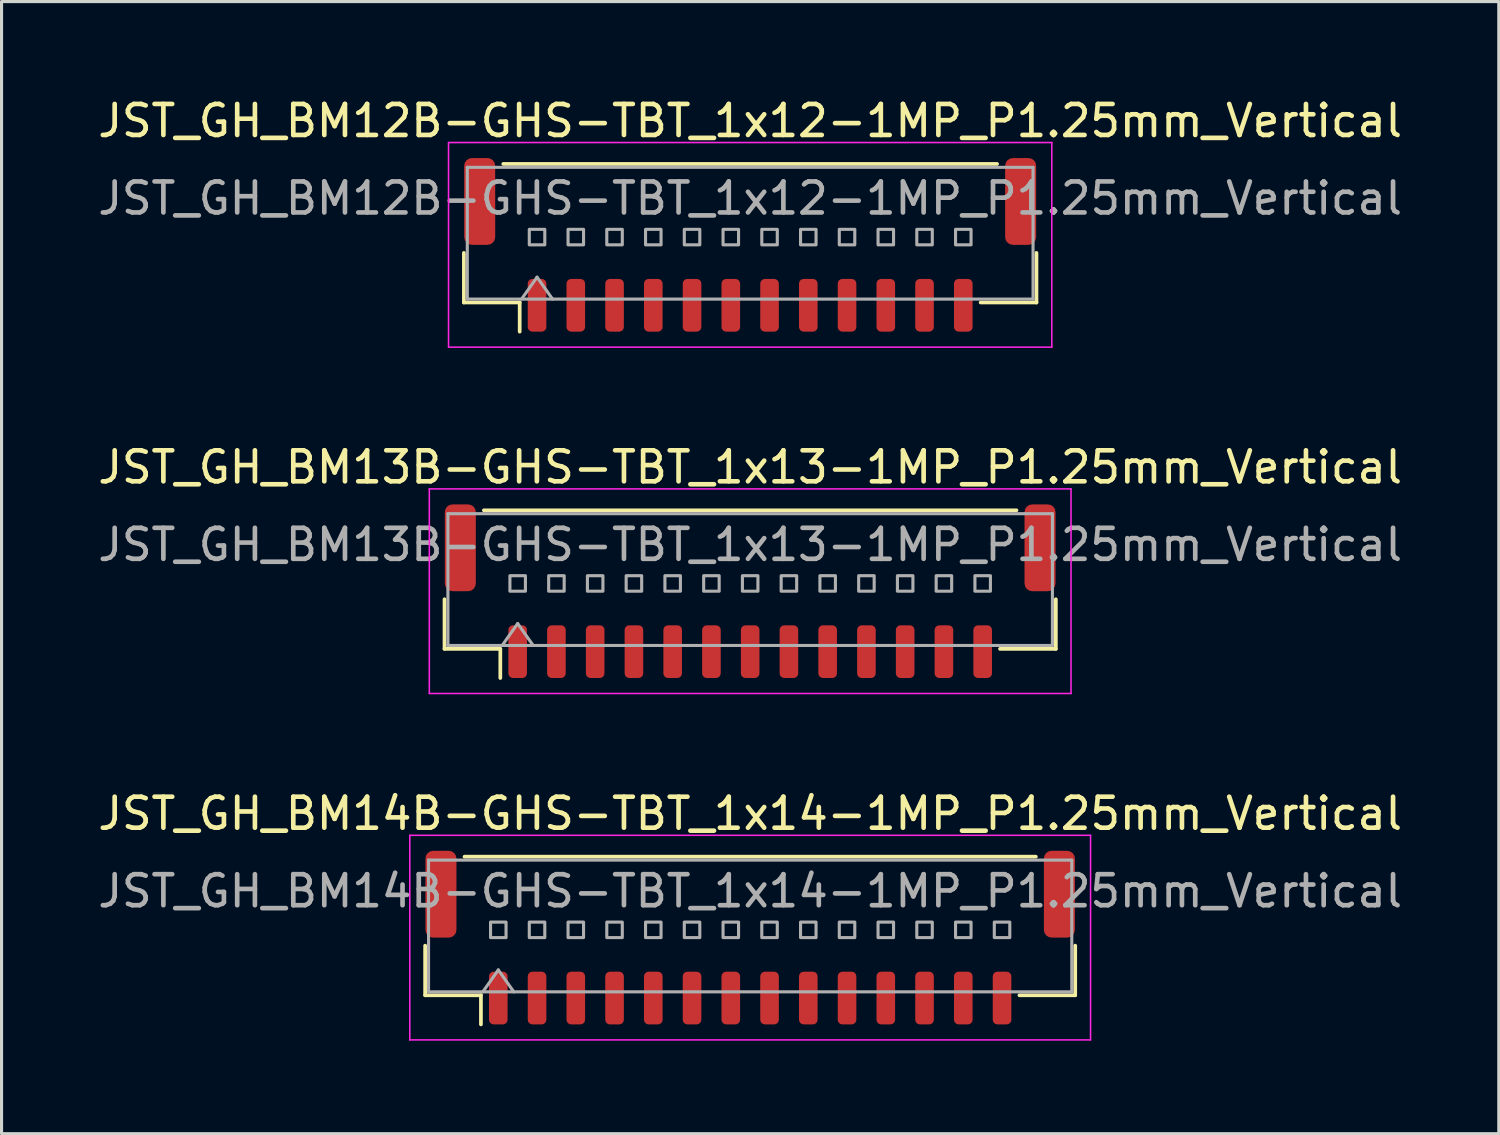
<source format=kicad_pcb>
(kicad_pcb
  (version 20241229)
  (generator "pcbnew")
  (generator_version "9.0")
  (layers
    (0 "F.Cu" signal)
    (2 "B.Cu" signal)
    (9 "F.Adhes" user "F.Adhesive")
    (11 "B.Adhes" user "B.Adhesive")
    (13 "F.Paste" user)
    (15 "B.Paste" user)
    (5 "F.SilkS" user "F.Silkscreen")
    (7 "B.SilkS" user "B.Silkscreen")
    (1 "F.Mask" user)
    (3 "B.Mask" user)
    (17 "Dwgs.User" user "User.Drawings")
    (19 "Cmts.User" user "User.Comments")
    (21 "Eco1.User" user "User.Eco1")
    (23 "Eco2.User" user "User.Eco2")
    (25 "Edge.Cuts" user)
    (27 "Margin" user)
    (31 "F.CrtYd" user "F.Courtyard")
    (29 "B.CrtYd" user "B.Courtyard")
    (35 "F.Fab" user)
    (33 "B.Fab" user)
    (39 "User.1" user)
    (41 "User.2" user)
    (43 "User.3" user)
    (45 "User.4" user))
  (footprint "JST_GH_BM12B-GHS-TBT_1x12-1MP_P1.25mm_Vertical"
    (layer "F.Cu")
    (at 21.149 4.848)
    (property "Reference" "JST_GH_BM12B-GHS-TBT_1x12-1MP_P1.25mm_Vertical" (at 0 -4 0) (layer "F.SilkS") (effects (font (size 1 1) (thickness 0.15))))
    (attr smd)
    (fp_line (start -9.235 0.26) (end -9.235 1.86) (stroke (width 0.12) (type solid)) (layer "F.SilkS"))
    (fp_line (start -9.235 1.86) (end -7.435 1.86) (stroke (width 0.12) (type solid)) (layer "F.SilkS"))
    (fp_line (start -7.965 -2.61) (end 7.965 -2.61) (stroke (width 0.12) (type solid)) (layer "F.SilkS"))
    (fp_line (start -7.435 1.86) (end -7.435 2.8) (stroke (width 0.12) (type solid)) (layer "F.SilkS"))
    (fp_line (start 9.235 0.26) (end 9.235 1.86) (stroke (width 0.12) (type solid)) (layer "F.SilkS"))
    (fp_line (start 9.235 1.86) (end 7.435 1.86) (stroke (width 0.12) (type solid)) (layer "F.SilkS"))
    (fp_line (start -9.73 -3.3) (end -9.73 3.3) (stroke (width 0.05) (type solid)) (layer "F.CrtYd"))
    (fp_line (start -9.73 3.3) (end 9.73 3.3) (stroke (width 0.05) (type solid)) (layer "F.CrtYd"))
    (fp_line (start 9.73 -3.3) (end -9.73 -3.3) (stroke (width 0.05) (type solid)) (layer "F.CrtYd"))
    (fp_line (start 9.73 3.3) (end 9.73 -3.3) (stroke (width 0.05) (type solid)) (layer "F.CrtYd"))
    (fp_line (start -9.125 -2.5) (end 9.125 -2.5) (stroke (width 0.1) (type solid)) (layer "F.Fab"))
    (fp_line (start -9.125 1.75) (end -9.125 -2.5) (stroke (width 0.1) (type solid)) (layer "F.Fab"))
    (fp_line (start -9.125 1.75) (end 9.125 1.75) (stroke (width 0.1) (type solid)) (layer "F.Fab"))
    (fp_line (start -7.375 1.75) (end -6.875 1.043) (stroke (width 0.1) (type solid)) (layer "F.Fab"))
    (fp_line (start -6.875 1.043) (end -6.375 1.75) (stroke (width 0.1) (type solid)) (layer "F.Fab"))
    (fp_line (start 9.125 1.75) (end 9.125 -2.5) (stroke (width 0.1) (type solid)) (layer "F.Fab"))
    (fp_rect (start -7.125 -0.5) (end -6.625 0) (stroke (width 0.1) (type solid)) (fill no) (layer "F.Fab"))
    (fp_rect (start -5.875 -0.5) (end -5.375 0) (stroke (width 0.1) (type solid)) (fill no) (layer "F.Fab"))
    (fp_rect (start -4.625 -0.5) (end -4.125 0) (stroke (width 0.1) (type solid)) (fill no) (layer "F.Fab"))
    (fp_rect (start -3.375 -0.5) (end -2.875 0) (stroke (width 0.1) (type solid)) (fill no) (layer "F.Fab"))
    (fp_rect (start -2.125 -0.5) (end -1.625 0) (stroke (width 0.1) (type solid)) (fill no) (layer "F.Fab"))
    (fp_rect (start -0.875 -0.5) (end -0.375 0) (stroke (width 0.1) (type solid)) (fill no) (layer "F.Fab"))
    (fp_rect (start 0.375 -0.5) (end 0.875 0) (stroke (width 0.1) (type solid)) (fill no) (layer "F.Fab"))
    (fp_rect (start 1.625 -0.5) (end 2.125 0) (stroke (width 0.1) (type solid)) (fill no) (layer "F.Fab"))
    (fp_rect (start 2.875 -0.5) (end 3.375 0) (stroke (width 0.1) (type solid)) (fill no) (layer "F.Fab"))
    (fp_rect (start 4.125 -0.5) (end 4.625 0) (stroke (width 0.1) (type solid)) (fill no) (layer "F.Fab"))
    (fp_rect (start 5.375 -0.5) (end 5.875 0) (stroke (width 0.1) (type solid)) (fill no) (layer "F.Fab"))
    (fp_rect (start 6.625 -0.5) (end 7.125 0) (stroke (width 0.1) (type solid)) (fill no) (layer "F.Fab"))
    (fp_text user "${REFERENCE}" (at 0 -1.5 0) (layer "F.Fab") (effects (font (size 1 1) (thickness 0.15))))
    (pad "1" smd roundrect (at -6.875 1.95) (size 0.6 1.7) (layers "F.Cu" "F.Mask" "F.Paste") (roundrect_rratio 0.25))
    (pad "2" smd roundrect (at -5.625 1.95) (size 0.6 1.7) (layers "F.Cu" "F.Mask" "F.Paste") (roundrect_rratio 0.25))
    (pad "3" smd roundrect (at -4.375 1.95) (size 0.6 1.7) (layers "F.Cu" "F.Mask" "F.Paste") (roundrect_rratio 0.25))
    (pad "4" smd roundrect (at -3.125 1.95) (size 0.6 1.7) (layers "F.Cu" "F.Mask" "F.Paste") (roundrect_rratio 0.25))
    (pad "5" smd roundrect (at -1.875 1.95) (size 0.6 1.7) (layers "F.Cu" "F.Mask" "F.Paste") (roundrect_rratio 0.25))
    (pad "6" smd roundrect (at -0.625 1.95) (size 0.6 1.7) (layers "F.Cu" "F.Mask" "F.Paste") (roundrect_rratio 0.25))
    (pad "7" smd roundrect (at 0.625 1.95) (size 0.6 1.7) (layers "F.Cu" "F.Mask" "F.Paste") (roundrect_rratio 0.25))
    (pad "8" smd roundrect (at 1.875 1.95) (size 0.6 1.7) (layers "F.Cu" "F.Mask" "F.Paste") (roundrect_rratio 0.25))
    (pad "9" smd roundrect (at 3.125 1.95) (size 0.6 1.7) (layers "F.Cu" "F.Mask" "F.Paste") (roundrect_rratio 0.25))
    (pad "10" smd roundrect (at 4.375 1.95) (size 0.6 1.7) (layers "F.Cu" "F.Mask" "F.Paste") (roundrect_rratio 0.25))
    (pad "11" smd roundrect (at 5.625 1.95) (size 0.6 1.7) (layers "F.Cu" "F.Mask" "F.Paste") (roundrect_rratio 0.25))
    (pad "12" smd roundrect (at 6.875 1.95) (size 0.6 1.7) (layers "F.Cu" "F.Mask" "F.Paste") (roundrect_rratio 0.25))
    (pad "MP" smd roundrect (at -8.725 -1.4) (size 1 2.8) (layers "F.Cu" "F.Mask" "F.Paste") (roundrect_rratio 0.25))
    (pad "MP" smd roundrect (at 8.725 -1.4) (size 1 2.8) (layers "F.Cu" "F.Mask" "F.Paste") (roundrect_rratio 0.25)))
  (footprint "JST_GH_BM13B-GHS-TBT_1x13-1MP_P1.25mm_Vertical"
    (layer "F.Cu")
    (at 21.149 16.021)
    (property "Reference" "JST_GH_BM13B-GHS-TBT_1x13-1MP_P1.25mm_Vertical" (at 0 -4 0) (layer "F.SilkS") (effects (font (size 1 1) (thickness 0.15))))
    (attr smd)
    (fp_line (start -9.86 0.26) (end -9.86 1.86) (stroke (width 0.12) (type solid)) (layer "F.SilkS"))
    (fp_line (start -9.86 1.86) (end -8.06 1.86) (stroke (width 0.12) (type solid)) (layer "F.SilkS"))
    (fp_line (start -8.59 -2.61) (end 8.59 -2.61) (stroke (width 0.12) (type solid)) (layer "F.SilkS"))
    (fp_line (start -8.06 1.86) (end -8.06 2.8) (stroke (width 0.12) (type solid)) (layer "F.SilkS"))
    (fp_line (start 9.86 0.26) (end 9.86 1.86) (stroke (width 0.12) (type solid)) (layer "F.SilkS"))
    (fp_line (start 9.86 1.86) (end 8.06 1.86) (stroke (width 0.12) (type solid)) (layer "F.SilkS"))
    (fp_line (start -10.35 -3.3) (end -10.35 3.3) (stroke (width 0.05) (type solid)) (layer "F.CrtYd"))
    (fp_line (start -10.35 3.3) (end 10.35 3.3) (stroke (width 0.05) (type solid)) (layer "F.CrtYd"))
    (fp_line (start 10.35 -3.3) (end -10.35 -3.3) (stroke (width 0.05) (type solid)) (layer "F.CrtYd"))
    (fp_line (start 10.35 3.3) (end 10.35 -3.3) (stroke (width 0.05) (type solid)) (layer "F.CrtYd"))
    (fp_line (start -9.75 -2.5) (end 9.75 -2.5) (stroke (width 0.1) (type solid)) (layer "F.Fab"))
    (fp_line (start -9.75 1.75) (end -9.75 -2.5) (stroke (width 0.1) (type solid)) (layer "F.Fab"))
    (fp_line (start -9.75 1.75) (end 9.75 1.75) (stroke (width 0.1) (type solid)) (layer "F.Fab"))
    (fp_line (start -8 1.75) (end -7.5 1.043) (stroke (width 0.1) (type solid)) (layer "F.Fab"))
    (fp_line (start -7.5 1.043) (end -7 1.75) (stroke (width 0.1) (type solid)) (layer "F.Fab"))
    (fp_line (start 9.75 1.75) (end 9.75 -2.5) (stroke (width 0.1) (type solid)) (layer "F.Fab"))
    (fp_rect (start -7.75 -0.5) (end -7.25 0) (stroke (width 0.1) (type solid)) (fill no) (layer "F.Fab"))
    (fp_rect (start -6.5 -0.5) (end -6 0) (stroke (width 0.1) (type solid)) (fill no) (layer "F.Fab"))
    (fp_rect (start -5.25 -0.5) (end -4.75 0) (stroke (width 0.1) (type solid)) (fill no) (layer "F.Fab"))
    (fp_rect (start -4 -0.5) (end -3.5 0) (stroke (width 0.1) (type solid)) (fill no) (layer "F.Fab"))
    (fp_rect (start -2.75 -0.5) (end -2.25 0) (stroke (width 0.1) (type solid)) (fill no) (layer "F.Fab"))
    (fp_rect (start -1.5 -0.5) (end -1 0) (stroke (width 0.1) (type solid)) (fill no) (layer "F.Fab"))
    (fp_rect (start -0.25 -0.5) (end 0.25 0) (stroke (width 0.1) (type solid)) (fill no) (layer "F.Fab"))
    (fp_rect (start 1 -0.5) (end 1.5 0) (stroke (width 0.1) (type solid)) (fill no) (layer "F.Fab"))
    (fp_rect (start 2.25 -0.5) (end 2.75 0) (stroke (width 0.1) (type solid)) (fill no) (layer "F.Fab"))
    (fp_rect (start 3.5 -0.5) (end 4 0) (stroke (width 0.1) (type solid)) (fill no) (layer "F.Fab"))
    (fp_rect (start 4.75 -0.5) (end 5.25 0) (stroke (width 0.1) (type solid)) (fill no) (layer "F.Fab"))
    (fp_rect (start 6 -0.5) (end 6.5 0) (stroke (width 0.1) (type solid)) (fill no) (layer "F.Fab"))
    (fp_rect (start 7.25 -0.5) (end 7.75 0) (stroke (width 0.1) (type solid)) (fill no) (layer "F.Fab"))
    (fp_text user "${REFERENCE}" (at 0 -1.5 0) (layer "F.Fab") (effects (font (size 1 1) (thickness 0.15))))
    (pad "1" smd roundrect (at -7.5 1.95) (size 0.6 1.7) (layers "F.Cu" "F.Mask" "F.Paste") (roundrect_rratio 0.25))
    (pad "2" smd roundrect (at -6.25 1.95) (size 0.6 1.7) (layers "F.Cu" "F.Mask" "F.Paste") (roundrect_rratio 0.25))
    (pad "3" smd roundrect (at -5 1.95) (size 0.6 1.7) (layers "F.Cu" "F.Mask" "F.Paste") (roundrect_rratio 0.25))
    (pad "4" smd roundrect (at -3.75 1.95) (size 0.6 1.7) (layers "F.Cu" "F.Mask" "F.Paste") (roundrect_rratio 0.25))
    (pad "5" smd roundrect (at -2.5 1.95) (size 0.6 1.7) (layers "F.Cu" "F.Mask" "F.Paste") (roundrect_rratio 0.25))
    (pad "6" smd roundrect (at -1.25 1.95) (size 0.6 1.7) (layers "F.Cu" "F.Mask" "F.Paste") (roundrect_rratio 0.25))
    (pad "7" smd roundrect (at 0 1.95) (size 0.6 1.7) (layers "F.Cu" "F.Mask" "F.Paste") (roundrect_rratio 0.25))
    (pad "8" smd roundrect (at 1.25 1.95) (size 0.6 1.7) (layers "F.Cu" "F.Mask" "F.Paste") (roundrect_rratio 0.25))
    (pad "9" smd roundrect (at 2.5 1.95) (size 0.6 1.7) (layers "F.Cu" "F.Mask" "F.Paste") (roundrect_rratio 0.25))
    (pad "10" smd roundrect (at 3.75 1.95) (size 0.6 1.7) (layers "F.Cu" "F.Mask" "F.Paste") (roundrect_rratio 0.25))
    (pad "11" smd roundrect (at 5 1.95) (size 0.6 1.7) (layers "F.Cu" "F.Mask" "F.Paste") (roundrect_rratio 0.25))
    (pad "12" smd roundrect (at 6.25 1.95) (size 0.6 1.7) (layers "F.Cu" "F.Mask" "F.Paste") (roundrect_rratio 0.25))
    (pad "13" smd roundrect (at 7.5 1.95) (size 0.6 1.7) (layers "F.Cu" "F.Mask" "F.Paste") (roundrect_rratio 0.25))
    (pad "MP" smd roundrect (at -9.35 -1.4) (size 1 2.8) (layers "F.Cu" "F.Mask" "F.Paste") (roundrect_rratio 0.25))
    (pad "MP" smd roundrect (at 9.35 -1.4) (size 1 2.8) (layers "F.Cu" "F.Mask" "F.Paste") (roundrect_rratio 0.25)))
  (footprint "JST_GH_BM14B-GHS-TBT_1x14-1MP_P1.25mm_Vertical"
    (layer "F.Cu")
    (at 21.149 27.195)
    (property "Reference" "JST_GH_BM14B-GHS-TBT_1x14-1MP_P1.25mm_Vertical" (at 0 -4 0) (layer "F.SilkS") (effects (font (size 1 1) (thickness 0.15))))
    (attr smd)
    (fp_line (start -10.485 0.26) (end -10.485 1.86) (stroke (width 0.12) (type solid)) (layer "F.SilkS"))
    (fp_line (start -10.485 1.86) (end -8.685 1.86) (stroke (width 0.12) (type solid)) (layer "F.SilkS"))
    (fp_line (start -9.215 -2.61) (end 9.215 -2.61) (stroke (width 0.12) (type solid)) (layer "F.SilkS"))
    (fp_line (start -8.685 1.86) (end -8.685 2.8) (stroke (width 0.12) (type solid)) (layer "F.SilkS"))
    (fp_line (start 10.485 0.26) (end 10.485 1.86) (stroke (width 0.12) (type solid)) (layer "F.SilkS"))
    (fp_line (start 10.485 1.86) (end 8.685 1.86) (stroke (width 0.12) (type solid)) (layer "F.SilkS"))
    (fp_line (start -10.98 -3.3) (end -10.98 3.3) (stroke (width 0.05) (type solid)) (layer "F.CrtYd"))
    (fp_line (start -10.98 3.3) (end 10.98 3.3) (stroke (width 0.05) (type solid)) (layer "F.CrtYd"))
    (fp_line (start 10.98 -3.3) (end -10.98 -3.3) (stroke (width 0.05) (type solid)) (layer "F.CrtYd"))
    (fp_line (start 10.98 3.3) (end 10.98 -3.3) (stroke (width 0.05) (type solid)) (layer "F.CrtYd"))
    (fp_line (start -10.375 -2.5) (end 10.375 -2.5) (stroke (width 0.1) (type solid)) (layer "F.Fab"))
    (fp_line (start -10.375 1.75) (end -10.375 -2.5) (stroke (width 0.1) (type solid)) (layer "F.Fab"))
    (fp_line (start -10.375 1.75) (end 10.375 1.75) (stroke (width 0.1) (type solid)) (layer "F.Fab"))
    (fp_line (start -8.625 1.75) (end -8.125 1.043) (stroke (width 0.1) (type solid)) (layer "F.Fab"))
    (fp_line (start -8.125 1.043) (end -7.625 1.75) (stroke (width 0.1) (type solid)) (layer "F.Fab"))
    (fp_line (start 10.375 1.75) (end 10.375 -2.5) (stroke (width 0.1) (type solid)) (layer "F.Fab"))
    (fp_rect (start -8.375 -0.5) (end -7.875 0) (stroke (width 0.1) (type solid)) (fill no) (layer "F.Fab"))
    (fp_rect (start -7.125 -0.5) (end -6.625 0) (stroke (width 0.1) (type solid)) (fill no) (layer "F.Fab"))
    (fp_rect (start -5.875 -0.5) (end -5.375 0) (stroke (width 0.1) (type solid)) (fill no) (layer "F.Fab"))
    (fp_rect (start -4.625 -0.5) (end -4.125 0) (stroke (width 0.1) (type solid)) (fill no) (layer "F.Fab"))
    (fp_rect (start -3.375 -0.5) (end -2.875 0) (stroke (width 0.1) (type solid)) (fill no) (layer "F.Fab"))
    (fp_rect (start -2.125 -0.5) (end -1.625 0) (stroke (width 0.1) (type solid)) (fill no) (layer "F.Fab"))
    (fp_rect (start -0.875 -0.5) (end -0.375 0) (stroke (width 0.1) (type solid)) (fill no) (layer "F.Fab"))
    (fp_rect (start 0.375 -0.5) (end 0.875 0) (stroke (width 0.1) (type solid)) (fill no) (layer "F.Fab"))
    (fp_rect (start 1.625 -0.5) (end 2.125 0) (stroke (width 0.1) (type solid)) (fill no) (layer "F.Fab"))
    (fp_rect (start 2.875 -0.5) (end 3.375 0) (stroke (width 0.1) (type solid)) (fill no) (layer "F.Fab"))
    (fp_rect (start 4.125 -0.5) (end 4.625 0) (stroke (width 0.1) (type solid)) (fill no) (layer "F.Fab"))
    (fp_rect (start 5.375 -0.5) (end 5.875 0) (stroke (width 0.1) (type solid)) (fill no) (layer "F.Fab"))
    (fp_rect (start 6.625 -0.5) (end 7.125 0) (stroke (width 0.1) (type solid)) (fill no) (layer "F.Fab"))
    (fp_rect (start 7.875 -0.5) (end 8.375 0) (stroke (width 0.1) (type solid)) (fill no) (layer "F.Fab"))
    (fp_text user "${REFERENCE}" (at 0 -1.5 0) (layer "F.Fab") (effects (font (size 1 1) (thickness 0.15))))
    (pad "1" smd roundrect (at -8.125 1.95) (size 0.6 1.7) (layers "F.Cu" "F.Mask" "F.Paste") (roundrect_rratio 0.25))
    (pad "2" smd roundrect (at -6.875 1.95) (size 0.6 1.7) (layers "F.Cu" "F.Mask" "F.Paste") (roundrect_rratio 0.25))
    (pad "3" smd roundrect (at -5.625 1.95) (size 0.6 1.7) (layers "F.Cu" "F.Mask" "F.Paste") (roundrect_rratio 0.25))
    (pad "4" smd roundrect (at -4.375 1.95) (size 0.6 1.7) (layers "F.Cu" "F.Mask" "F.Paste") (roundrect_rratio 0.25))
    (pad "5" smd roundrect (at -3.125 1.95) (size 0.6 1.7) (layers "F.Cu" "F.Mask" "F.Paste") (roundrect_rratio 0.25))
    (pad "6" smd roundrect (at -1.875 1.95) (size 0.6 1.7) (layers "F.Cu" "F.Mask" "F.Paste") (roundrect_rratio 0.25))
    (pad "7" smd roundrect (at -0.625 1.95) (size 0.6 1.7) (layers "F.Cu" "F.Mask" "F.Paste") (roundrect_rratio 0.25))
    (pad "8" smd roundrect (at 0.625 1.95) (size 0.6 1.7) (layers "F.Cu" "F.Mask" "F.Paste") (roundrect_rratio 0.25))
    (pad "9" smd roundrect (at 1.875 1.95) (size 0.6 1.7) (layers "F.Cu" "F.Mask" "F.Paste") (roundrect_rratio 0.25))
    (pad "10" smd roundrect (at 3.125 1.95) (size 0.6 1.7) (layers "F.Cu" "F.Mask" "F.Paste") (roundrect_rratio 0.25))
    (pad "11" smd roundrect (at 4.375 1.95) (size 0.6 1.7) (layers "F.Cu" "F.Mask" "F.Paste") (roundrect_rratio 0.25))
    (pad "12" smd roundrect (at 5.625 1.95) (size 0.6 1.7) (layers "F.Cu" "F.Mask" "F.Paste") (roundrect_rratio 0.25))
    (pad "13" smd roundrect (at 6.875 1.95) (size 0.6 1.7) (layers "F.Cu" "F.Mask" "F.Paste") (roundrect_rratio 0.25))
    (pad "14" smd roundrect (at 8.125 1.95) (size 0.6 1.7) (layers "F.Cu" "F.Mask" "F.Paste") (roundrect_rratio 0.25))
    (pad "MP" smd roundrect (at -9.975 -1.4) (size 1 2.8) (layers "F.Cu" "F.Mask" "F.Paste") (roundrect_rratio 0.25))
    (pad "MP" smd roundrect (at 9.975 -1.4) (size 1 2.8) (layers "F.Cu" "F.Mask" "F.Paste") (roundrect_rratio 0.25)))
  (gr_rect
    (start -3 -3)
    (end 45.298 33.52)
    (stroke (width 0.1) (type default))
    (fill no)
    (layer "Edge.Cuts")))
</source>
